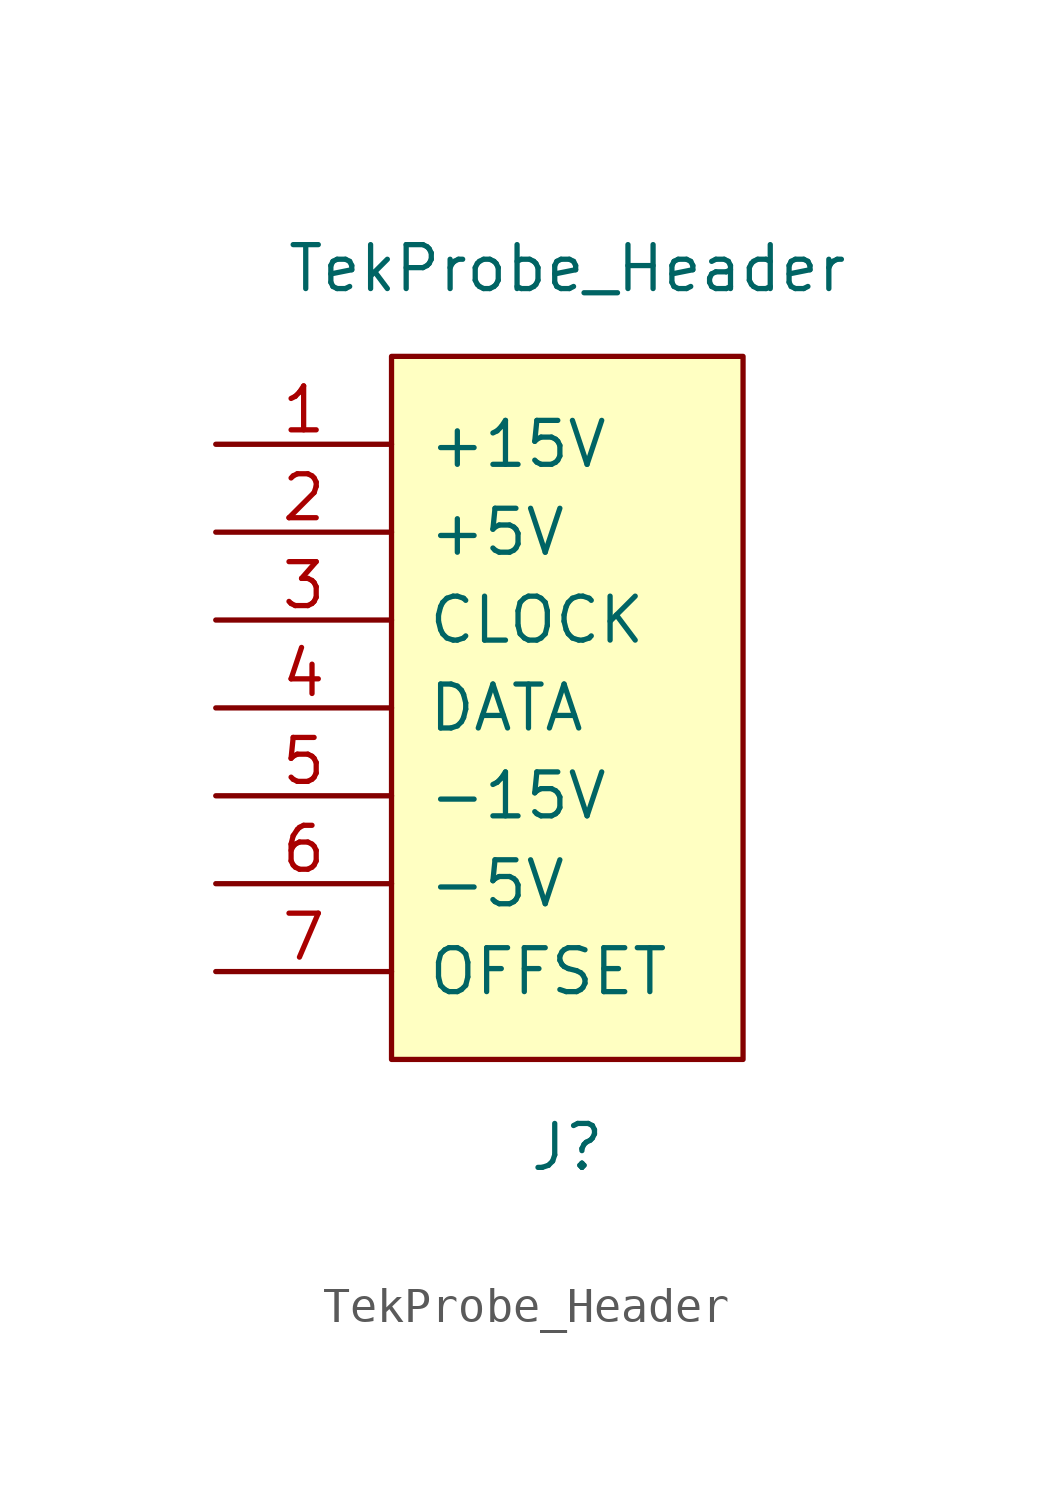
<source format=kicad_sym>
(kicad_symbol_lib
  (version 20211014)
  (generator kicad_symbol_editor)
  (symbol "TekProbe_Header"
    (pin_names
      (offset 1.016))
    (property "Reference" "J"
      (at 0 -12.7 0)
      (effects (font (size 1.27 1.27))))
    (property "Value" "TekProbe_Header"
      (at 0 12.7 0)
      (effects (font (size 1.27 1.27))))
    (symbol "TekProbe_Header_0_1"
      (rectangle (start 5.08 10.16) (end -5.08 -10.16) (stroke (width 0) (type default) (color 0 0 0 0)) (fill (type background))))
    (symbol "TekProbe_Header_1_1"
      (pin power_in line (at -10.16 7.62 0) (length 5.08) (name "+15V" (effects (font (size 1.27 1.27)))) (number "1" (effects (font (size 1.27 1.27)))))
      (pin power_in line (at -10.16 5.08 0) (length 5.08) (name "+5V" (effects (font (size 1.27 1.27)))) (number "2" (effects (font (size 1.27 1.27)))))
      (pin input line (at -10.16 2.54 0) (length 5.08) (name "CLOCK" (effects (font (size 1.27 1.27)))) (number "3" (effects (font (size 1.27 1.27)))))
      (pin bidirectional line (at -10.16 0 0) (length 5.08) (name "DATA" (effects (font (size 1.27 1.27)))) (number "4" (effects (font (size 1.27 1.27)))))
      (pin power_in line (at -10.16 -2.54 0) (length 5.08) (name "-15V" (effects (font (size 1.27 1.27)))) (number "5" (effects (font (size 1.27 1.27)))))
      (pin power_in line (at -10.16 -5.08 0) (length 5.08) (name "-5V" (effects (font (size 1.27 1.27)))) (number "6" (effects (font (size 1.27 1.27)))))
      (pin input line (at -10.16 -7.62 0) (length 5.08) (name "OFFSET" (effects (font (size 1.27 1.27)))) (number "7" (effects (font (size 1.27 1.27))))))))
</source>
